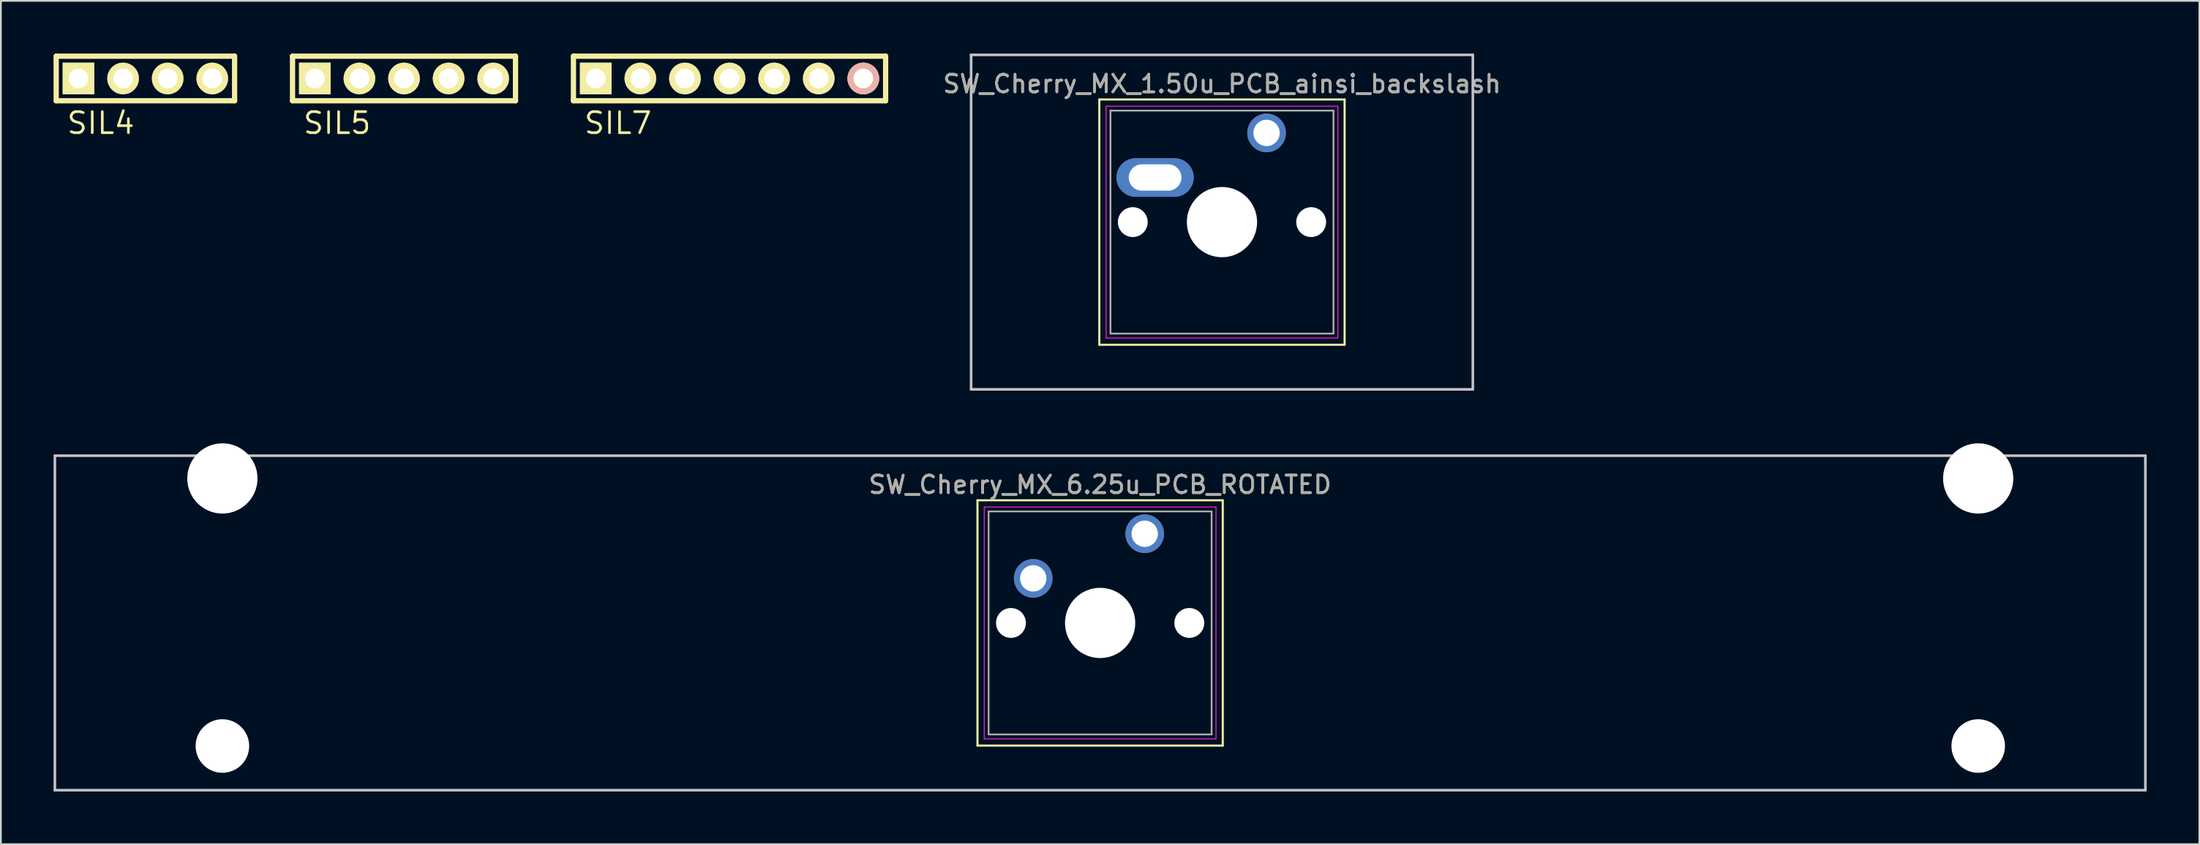
<source format=kicad_pcb>
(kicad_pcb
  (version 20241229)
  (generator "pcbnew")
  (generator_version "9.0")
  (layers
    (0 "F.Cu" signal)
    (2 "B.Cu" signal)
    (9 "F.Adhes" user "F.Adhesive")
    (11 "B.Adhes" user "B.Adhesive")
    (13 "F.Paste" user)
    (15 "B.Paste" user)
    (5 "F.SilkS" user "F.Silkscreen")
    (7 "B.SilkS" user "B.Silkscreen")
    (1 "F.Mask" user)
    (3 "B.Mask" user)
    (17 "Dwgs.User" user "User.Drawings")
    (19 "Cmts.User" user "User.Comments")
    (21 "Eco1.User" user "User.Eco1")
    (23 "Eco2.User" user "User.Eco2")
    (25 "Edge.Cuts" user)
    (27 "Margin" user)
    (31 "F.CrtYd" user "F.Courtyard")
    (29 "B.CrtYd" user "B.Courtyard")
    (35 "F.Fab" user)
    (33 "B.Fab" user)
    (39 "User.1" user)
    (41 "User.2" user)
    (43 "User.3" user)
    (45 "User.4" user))
  (footprint "SIL4"
    (layer "F.Cu")
    (at 1.42 1.42)
    (property "Reference" "SIL4" (at 1.27 2.54 0) (layer "F.SilkS") (effects (font (size 1.2 1.2) (thickness 0.15))))
    (attr through_hole)
    (fp_line (start -1.27 -1.27) (end 8.89 -1.27) (stroke (width 0.3) (type solid)) (layer "F.SilkS"))
    (fp_line (start -1.27 1.27) (end -1.27 -1.27) (stroke (width 0.3) (type solid)) (layer "F.SilkS"))
    (fp_line (start 8.89 -1.27) (end 8.89 1.27) (stroke (width 0.3) (type solid)) (layer "F.SilkS"))
    (fp_line (start 8.89 1.27) (end -1.27 1.27) (stroke (width 0.3) (type solid)) (layer "F.SilkS"))
    (pad "1" thru_hole rect (at 0 0) (size 1.8 1.8) (drill 1.12) (layers "*.Cu" "*.Mask" "F.SilkS"))
    (pad "2" thru_hole circle (at 2.54 0) (size 1.8 1.8) (drill 1.12) (layers "*.Cu" "*.Mask" "F.SilkS"))
    (pad "3" thru_hole circle (at 5.08 0) (size 1.8 1.8) (drill 1.12) (layers "*.Cu" "*.Mask" "F.SilkS"))
    (pad "4" thru_hole circle (at 7.62 0) (size 1.8 1.8) (drill 1.12) (layers "*.Cu" "*.Mask" "F.SilkS")))
  (footprint "SIL5"
    (layer "F.Cu")
    (at 14.88 1.42)
    (property "Reference" "SIL5" (at 1.27 2.54 0) (layer "F.SilkS") (effects (font (size 1.2 1.2) (thickness 0.15))))
    (attr through_hole)
    (fp_line (start -1.27 -1.27) (end 11.43 -1.27) (stroke (width 0.3) (type solid)) (layer "F.SilkS"))
    (fp_line (start -1.27 1.27) (end -1.27 -1.27) (stroke (width 0.3) (type solid)) (layer "F.SilkS"))
    (fp_line (start 11.43 -1.27) (end 11.43 1.27) (stroke (width 0.3) (type solid)) (layer "F.SilkS"))
    (fp_line (start 11.43 1.27) (end -1.27 1.27) (stroke (width 0.3) (type solid)) (layer "F.SilkS"))
    (pad "1" thru_hole rect (at 0 0) (size 1.8 1.8) (drill 1.12) (layers "*.Cu" "*.Mask" "F.SilkS"))
    (pad "2" thru_hole circle (at 2.54 0) (size 1.8 1.8) (drill 1.12) (layers "*.Cu" "*.Mask" "F.SilkS"))
    (pad "3" thru_hole circle (at 5.08 0) (size 1.8 1.8) (drill 1.12) (layers "*.Cu" "*.Mask" "F.SilkS"))
    (pad "4" thru_hole circle (at 7.62 0) (size 1.8 1.8) (drill 1.12) (layers "*.Cu" "*.Mask" "F.SilkS"))
    (pad "5" thru_hole circle (at 10.16 0) (size 1.8 1.8) (drill 1.12) (layers "*.Cu" "*.Mask" "F.SilkS")))
  (footprint "SIL7"
    (layer "F.Cu")
    (at 30.88 1.42)
    (property "Reference" "SIL7" (at 1.27 2.54 0) (layer "F.SilkS") (effects (font (size 1.2 1.2) (thickness 0.15))))
    (attr through_hole)
    (fp_line (start -1.27 -1.27) (end 16.51 -1.27) (stroke (width 0.3) (type solid)) (layer "F.SilkS"))
    (fp_line (start -1.27 1.27) (end -1.27 -1.27) (stroke (width 0.3) (type solid)) (layer "F.SilkS"))
    (fp_line (start 16.51 -1.27) (end 16.51 1.27) (stroke (width 0.3) (type solid)) (layer "F.SilkS"))
    (fp_line (start 16.51 1.27) (end -1.27 1.27) (stroke (width 0.3) (type solid)) (layer "F.SilkS"))
    (pad "1" thru_hole rect (at 0 0) (size 1.8 1.8) (drill 1.12) (layers "*.Cu" "*.Mask" "F.SilkS"))
    (pad "2" thru_hole circle (at 2.54 0) (size 1.8 1.8) (drill 1.12) (layers "*.Cu" "*.Mask" "F.SilkS"))
    (pad "3" thru_hole circle (at 5.08 0) (size 1.8 1.8) (drill 1.12) (layers "*.Cu" "*.Mask" "F.SilkS"))
    (pad "4" thru_hole circle (at 7.62 0) (size 1.8 1.8) (drill 1.12) (layers "*.Cu" "*.Mask" "F.SilkS"))
    (pad "5" thru_hole circle (at 10.16 0) (size 1.8 1.8) (drill 1.12) (layers "*.Cu" "*.Mask" "F.SilkS"))
    (pad "6" thru_hole circle (at 12.7 0) (size 1.8 1.8) (drill 1.12) (layers "*.Cu" "*.Mask" "F.SilkS"))
    (pad "7" thru_hole circle (at 15.24 0) (size 1.8 1.8) (drill 1.12) (layers "*.Cu" "*.SilkS" "*.Mask")))
  (footprint "SW_Cherry_MX_1.50u_PCB_ainsi_backslash"
    (layer "F.Cu")
    (at 69.086 4.52)
    (property "Reference" "SW_Cherry_MX_1.50u_PCB_ainsi_backslash" (at -2.54 -2.794 0) (layer "F.SilkS") (effects (font (size 1 1) (thickness 0.15))))
    (attr through_hole)
    (fp_line (start -9.525 -1.905) (end 4.445 -1.905) (stroke (width 0.12) (type solid)) (layer "F.SilkS"))
    (fp_line (start -9.525 12.065) (end -9.525 -1.905) (stroke (width 0.12) (type solid)) (layer "F.SilkS"))
    (fp_line (start 4.445 -1.905) (end 4.445 12.065) (stroke (width 0.12) (type solid)) (layer "F.SilkS"))
    (fp_line (start 4.445 12.065) (end -9.525 12.065) (stroke (width 0.12) (type solid)) (layer "F.SilkS"))
    (fp_line (start -16.828 -4.445) (end 11.748 -4.445) (stroke (width 0.15) (type solid)) (layer "Dwgs.User"))
    (fp_line (start -16.828 14.605) (end -16.828 -4.445) (stroke (width 0.15) (type solid)) (layer "Dwgs.User"))
    (fp_line (start 11.748 -4.445) (end 11.748 14.605) (stroke (width 0.15) (type solid)) (layer "Dwgs.User"))
    (fp_line (start 11.748 14.605) (end -16.828 14.605) (stroke (width 0.15) (type solid)) (layer "Dwgs.User"))
    (fp_line (start -9.14 -1.52) (end 4.06 -1.52) (stroke (width 0.05) (type solid)) (layer "F.CrtYd"))
    (fp_line (start -9.14 11.68) (end -9.14 -1.52) (stroke (width 0.05) (type solid)) (layer "F.CrtYd"))
    (fp_line (start 4.06 -1.52) (end 4.06 11.68) (stroke (width 0.05) (type solid)) (layer "F.CrtYd"))
    (fp_line (start 4.06 11.68) (end -9.14 11.68) (stroke (width 0.05) (type solid)) (layer "F.CrtYd"))
    (fp_line (start -8.89 -1.27) (end 3.81 -1.27) (stroke (width 0.1) (type solid)) (layer "F.Fab"))
    (fp_line (start -8.89 11.43) (end -8.89 -1.27) (stroke (width 0.1) (type solid)) (layer "F.Fab"))
    (fp_line (start 3.81 -1.27) (end 3.81 11.43) (stroke (width 0.1) (type solid)) (layer "F.Fab"))
    (fp_line (start 3.81 11.43) (end -8.89 11.43) (stroke (width 0.1) (type solid)) (layer "F.Fab"))
    (fp_text user "${REFERENCE}" (at -2.54 -2.794 0) (layer "F.Fab") (effects (font (size 1 1) (thickness 0.15))))
    (pad "" np_thru_hole circle (at -7.62 5.08) (size 1.7 1.7) (drill 1.7) (layers "*.Cu" "*.Mask"))
    (pad "" np_thru_hole circle (at -2.54 5.08) (size 4 4) (drill 4) (layers "*.Cu" "*.Mask"))
    (pad "" np_thru_hole circle (at 2.54 5.08) (size 1.7 1.7) (drill 1.7) (layers "*.Cu" "*.Mask"))
    (pad "1" thru_hole circle (at 0 0) (size 2.2 2.2) (drill 1.5) (layers "*.Cu" "*.Mask"))
    (pad "2" thru_hole oval (at -6.35 2.54) (size 4.4 2.2) (drill oval 3 1.5) (layers "*.Cu" "*.Mask")))
  (footprint "SW_Cherry_MX_6.25u_PCB_ROTATED"
    (layer "F.Cu")
    (at 62.146 27.35)
    (property "Reference" "SW_Cherry_MX_6.25u_PCB_ROTATED" (at -2.54 -2.794 0) (layer "F.SilkS") (effects (font (size 1 1) (thickness 0.15))))
    (attr through_hole)
    (fp_line (start -9.525 -1.905) (end 4.445 -1.905) (stroke (width 0.12) (type solid)) (layer "F.SilkS"))
    (fp_line (start -9.525 12.065) (end -9.525 -1.905) (stroke (width 0.12) (type solid)) (layer "F.SilkS"))
    (fp_line (start 4.445 -1.905) (end 4.445 12.065) (stroke (width 0.12) (type solid)) (layer "F.SilkS"))
    (fp_line (start 4.445 12.065) (end -9.525 12.065) (stroke (width 0.12) (type solid)) (layer "F.SilkS"))
    (fp_line (start -62.071 -4.445) (end 56.991 -4.445) (stroke (width 0.15) (type solid)) (layer "Dwgs.User"))
    (fp_line (start -62.071 14.605) (end -62.071 -4.445) (stroke (width 0.15) (type solid)) (layer "Dwgs.User"))
    (fp_line (start 56.991 -4.445) (end 56.991 14.605) (stroke (width 0.15) (type solid)) (layer "Dwgs.User"))
    (fp_line (start 56.991 14.605) (end -62.071 14.605) (stroke (width 0.15) (type solid)) (layer "Dwgs.User"))
    (fp_line (start -9.14 -1.52) (end 4.06 -1.52) (stroke (width 0.05) (type solid)) (layer "F.CrtYd"))
    (fp_line (start -9.14 11.68) (end -9.14 -1.52) (stroke (width 0.05) (type solid)) (layer "F.CrtYd"))
    (fp_line (start 4.06 -1.52) (end 4.06 11.68) (stroke (width 0.05) (type solid)) (layer "F.CrtYd"))
    (fp_line (start 4.06 11.68) (end -9.14 11.68) (stroke (width 0.05) (type solid)) (layer "F.CrtYd"))
    (fp_line (start -8.89 -1.27) (end 3.81 -1.27) (stroke (width 0.1) (type solid)) (layer "F.Fab"))
    (fp_line (start -8.89 11.43) (end -8.89 -1.27) (stroke (width 0.1) (type solid)) (layer "F.Fab"))
    (fp_line (start 3.81 -1.27) (end 3.81 11.43) (stroke (width 0.1) (type solid)) (layer "F.Fab"))
    (fp_line (start 3.81 11.43) (end -8.89 11.43) (stroke (width 0.1) (type solid)) (layer "F.Fab"))
    (fp_text user "${REFERENCE}" (at -2.54 -2.794 0) (layer "F.Fab") (effects (font (size 1 1) (thickness 0.15))))
    (pad "" np_thru_hole circle (at -52.53 -3.15 180) (size 4 4) (drill 4) (layers "*.Cu" "*.Mask"))
    (pad "" np_thru_hole circle (at -52.53 12.09 180) (size 3.05 3.05) (drill 3.05) (layers "*.Cu" "*.Mask"))
    (pad "" np_thru_hole circle (at -7.62 5.08) (size 1.7 1.7) (drill 1.7) (layers "*.Cu" "*.Mask"))
    (pad "" np_thru_hole circle (at -2.54 5.08) (size 4 4) (drill 4) (layers "*.Cu" "*.Mask"))
    (pad "" np_thru_hole circle (at 2.54 5.08) (size 1.7 1.7) (drill 1.7) (layers "*.Cu" "*.Mask"))
    (pad "" np_thru_hole circle (at 47.47 -3.15 180) (size 4 4) (drill 4) (layers "*.Cu" "*.Mask"))
    (pad "" np_thru_hole circle (at 47.47 12.09 180) (size 3.05 3.05) (drill 3.05) (layers "*.Cu" "*.Mask"))
    (pad "1" thru_hole circle (at 0 0) (size 2.2 2.2) (drill 1.5) (layers "*.Cu" "*.Mask"))
    (pad "2" thru_hole circle (at -6.35 2.54) (size 2.2 2.2) (drill 1.5) (layers "*.Cu" "*.Mask")))
  (gr_rect
    (start -3 -3)
    (end 122.213 45.03)
    (stroke (width 0.1) (type default))
    (fill no)
    (layer "Edge.Cuts")))
</source>
